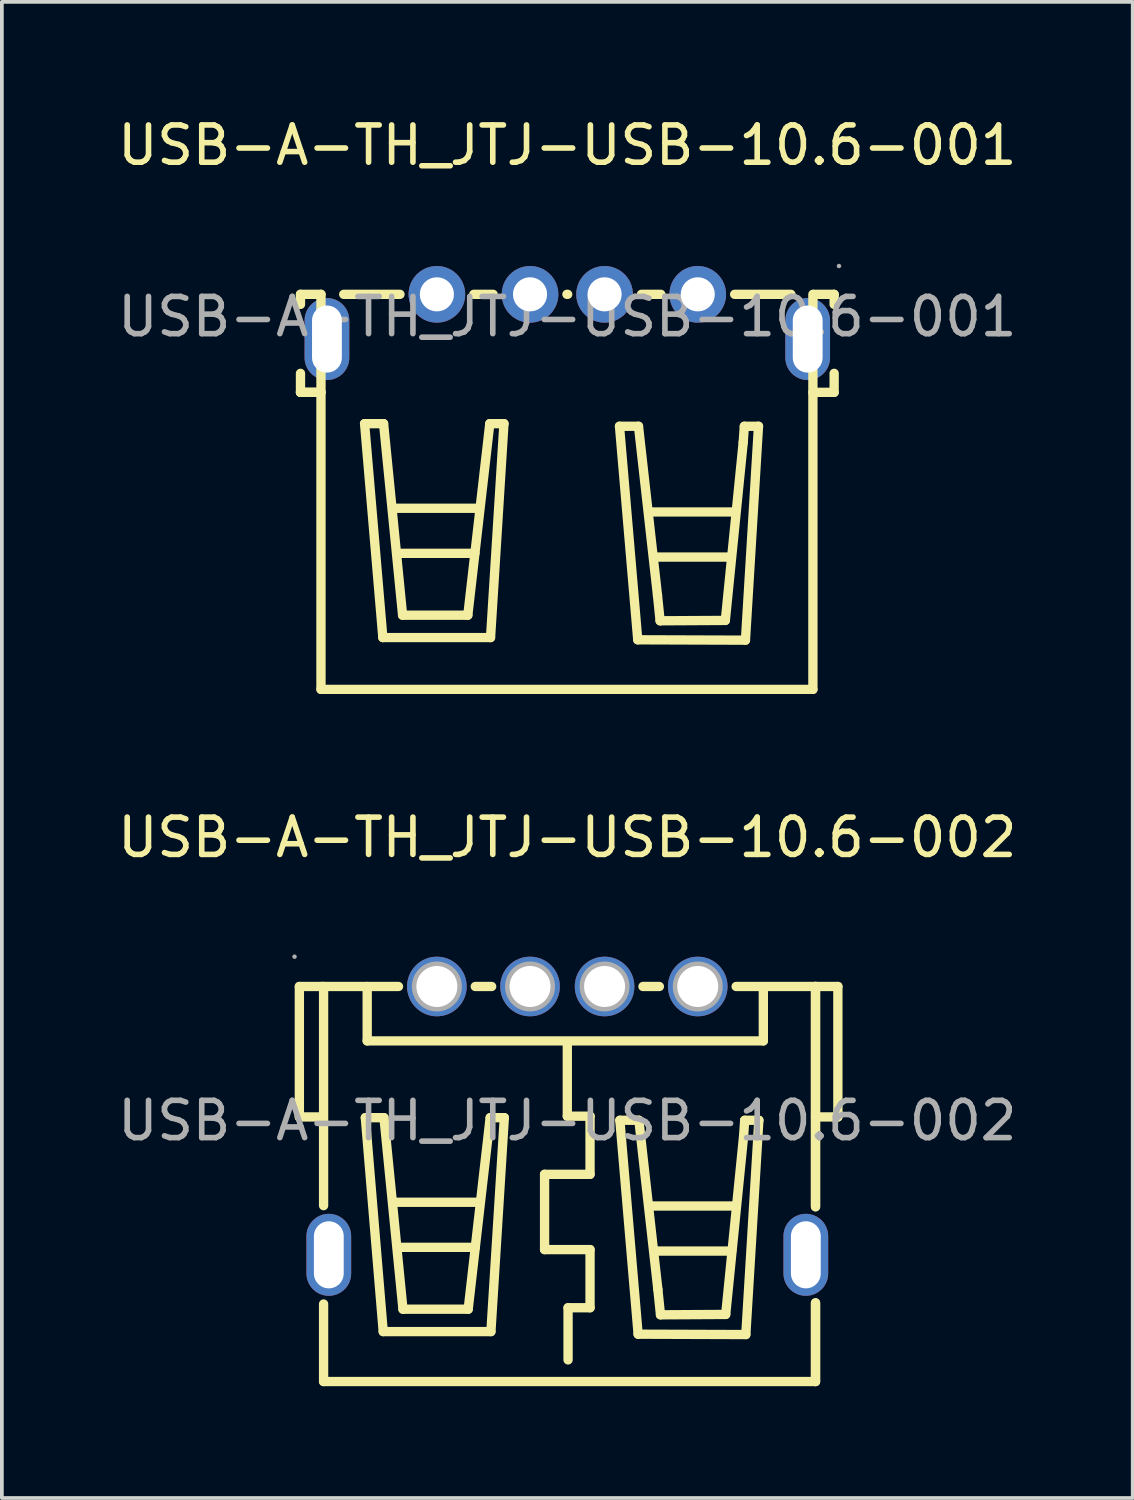
<source format=kicad_pcb>
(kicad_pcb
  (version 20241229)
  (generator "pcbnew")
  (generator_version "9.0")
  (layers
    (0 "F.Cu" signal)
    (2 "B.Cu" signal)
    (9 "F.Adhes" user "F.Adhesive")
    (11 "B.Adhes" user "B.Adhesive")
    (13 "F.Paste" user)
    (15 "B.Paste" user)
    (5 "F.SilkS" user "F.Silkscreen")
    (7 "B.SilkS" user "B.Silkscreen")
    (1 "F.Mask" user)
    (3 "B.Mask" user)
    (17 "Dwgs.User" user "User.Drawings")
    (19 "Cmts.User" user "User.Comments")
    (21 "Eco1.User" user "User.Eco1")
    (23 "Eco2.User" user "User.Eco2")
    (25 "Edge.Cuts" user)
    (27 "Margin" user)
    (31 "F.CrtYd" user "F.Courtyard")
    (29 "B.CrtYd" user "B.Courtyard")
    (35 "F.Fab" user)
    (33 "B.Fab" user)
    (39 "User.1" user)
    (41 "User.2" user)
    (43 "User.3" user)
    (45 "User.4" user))
  (footprint "USB-A-TH_JTJ-USB-10.6-001"
    (layer "F.Cu")
    (at 12.173 5.448)
    (property "Reference" "USB-A-TH_JTJ-USB-10.6-001" (at 0 -4.6 0) (layer "F.SilkS") (effects (font (size 1 1) (thickness 0.15))))
    (attr through_hole)
    (fp_line (start -7.16 -0.6) (end -7.16 -0.33) (stroke (width 0.25) (type solid)) (layer "F.SilkS"))
    (fp_line (start -7.16 1.52) (end -7.16 2.03) (stroke (width 0.25) (type solid)) (layer "F.SilkS"))
    (fp_line (start -7.16 2.03) (end -6.61 2.03) (stroke (width 0.25) (type solid)) (layer "F.SilkS"))
    (fp_line (start -7.16 2.03) (end -6.61 2.03) (stroke (width 0.25) (type solid)) (layer "F.SilkS"))
    (fp_line (start -6.61 -0.6) (end -7.16 -0.6) (stroke (width 0.25) (type solid)) (layer "F.SilkS"))
    (fp_line (start -6.61 -0.6) (end -6.61 10) (stroke (width 0.25) (type solid)) (layer "F.SilkS"))
    (fp_line (start -6.61 10) (end 6.59 10) (stroke (width 0.25) (type solid)) (layer "F.SilkS"))
    (fp_line (start -6 -0.6) (end -4.49 -0.6) (stroke (width 0.25) (type solid)) (layer "F.SilkS"))
    (fp_line (start -5.44 2.87) (end -4.93 2.87) (stroke (width 0.25) (type solid)) (layer "F.SilkS"))
    (fp_line (start -4.95 8.61) (end -5.44 2.87) (stroke (width 0.25) (type solid)) (layer "F.SilkS"))
    (fp_line (start -4.93 2.87) (end -4.42 8.01) (stroke (width 0.25) (type solid)) (layer "F.SilkS"))
    (fp_line (start -4.65 5.14) (end -2.39 5.14) (stroke (width 0.25) (type solid)) (layer "F.SilkS"))
    (fp_line (start -4.51 6.35) (end -2.48 6.35) (stroke (width 0.25) (type solid)) (layer "F.SilkS"))
    (fp_line (start -4.42 8.01) (end -2.67 8.01) (stroke (width 0.25) (type solid)) (layer "F.SilkS"))
    (fp_line (start -2.67 8.01) (end -2.08 2.87) (stroke (width 0.25) (type solid)) (layer "F.SilkS"))
    (fp_line (start -2.51 -0.6) (end -1.99 -0.6) (stroke (width 0.25) (type solid)) (layer "F.SilkS"))
    (fp_line (start -2.08 2.87) (end -1.7 2.87) (stroke (width 0.25) (type solid)) (layer "F.SilkS"))
    (fp_line (start -2.06 8.61) (end -4.95 8.61) (stroke (width 0.25) (type solid)) (layer "F.SilkS"))
    (fp_line (start -1.7 2.87) (end -2.06 8.61) (stroke (width 0.25) (type solid)) (layer "F.SilkS"))
    (fp_line (start -0.01 -0.6) (end 0.01 -0.6) (stroke (width 0.25) (type solid)) (layer "F.SilkS"))
    (fp_line (start 1.4 2.94) (end 1.91 2.94) (stroke (width 0.25) (type solid)) (layer "F.SilkS"))
    (fp_line (start 1.89 8.67) (end 1.4 2.94) (stroke (width 0.25) (type solid)) (layer "F.SilkS"))
    (fp_line (start 1.91 2.94) (end 2.42 7.48) (stroke (width 0.25) (type solid)) (layer "F.SilkS"))
    (fp_line (start 1.99 -0.6) (end 2.51 -0.6) (stroke (width 0.25) (type solid)) (layer "F.SilkS"))
    (fp_line (start 2.23 5.24) (end 4.49 5.24) (stroke (width 0.25) (type solid)) (layer "F.SilkS"))
    (fp_line (start 2.37 6.45) (end 4.4 6.45) (stroke (width 0.25) (type solid)) (layer "F.SilkS"))
    (fp_line (start 2.42 7.48) (end 2.49 8.16) (stroke (width 0.25) (type solid)) (layer "F.SilkS"))
    (fp_line (start 2.49 8.16) (end 4.24 8.15) (stroke (width 0.25) (type solid)) (layer "F.SilkS"))
    (fp_line (start 4.24 8.15) (end 4.72 3.37) (stroke (width 0.25) (type solid)) (layer "F.SilkS"))
    (fp_line (start 4.49 -0.6) (end 6 -0.6) (stroke (width 0.25) (type solid)) (layer "F.SilkS"))
    (fp_line (start 4.72 3.37) (end 4.75 2.94) (stroke (width 0.25) (type solid)) (layer "F.SilkS"))
    (fp_line (start 4.75 2.94) (end 5.13 2.94) (stroke (width 0.25) (type solid)) (layer "F.SilkS"))
    (fp_line (start 4.78 8.68) (end 1.89 8.67) (stroke (width 0.25) (type solid)) (layer "F.SilkS"))
    (fp_line (start 5.13 2.94) (end 4.78 8.68) (stroke (width 0.25) (type solid)) (layer "F.SilkS"))
    (fp_line (start 6.59 -0.6) (end 6.59 10) (stroke (width 0.25) (type solid)) (layer "F.SilkS"))
    (fp_line (start 6.61 -0.6) (end 7.16 -0.6) (stroke (width 0.25) (type solid)) (layer "F.SilkS"))
    (fp_line (start 7.16 -0.6) (end 7.16 -0.33) (stroke (width 0.25) (type solid)) (layer "F.SilkS"))
    (fp_line (start 7.16 1.52) (end 7.16 2.03) (stroke (width 0.25) (type solid)) (layer "F.SilkS"))
    (fp_line (start 7.16 2.03) (end 6.59 2.03) (stroke (width 0.25) (type solid)) (layer "F.SilkS"))
    (fp_circle (center -3.5 -0.6) (end -3.32 -0.6) (stroke (width 0.36) (type solid)) (fill no) (layer "F.Fab"))
    (fp_circle (center -1 -0.6) (end -0.82 -0.6) (stroke (width 0.36) (type solid)) (fill no) (layer "F.Fab"))
    (fp_circle (center 1 -0.6) (end 1.18 -0.6) (stroke (width 0.36) (type solid)) (fill no) (layer "F.Fab"))
    (fp_circle (center 3.5 -0.6) (end 3.68 -0.6) (stroke (width 0.36) (type solid)) (fill no) (layer "F.Fab"))
    (fp_circle (center 7.29 -1.36) (end 7.32 -1.36) (stroke (width 0.06) (type solid)) (fill no) (layer "F.Fab"))
    (fp_text user "${REFERENCE}" (at 0 0 0) (layer "F.Fab") (effects (font (size 1 1) (thickness 0.15))))
    (pad "1" thru_hole circle (at 3.5 -0.6) (size 1.52 1.52) (drill 0.914) (layers "*.Cu" "*.Paste" "*.Mask"))
    (pad "2" thru_hole circle (at 1 -0.6) (size 1.52 1.52) (drill 0.914) (layers "*.Cu" "*.Paste" "*.Mask"))
    (pad "3" thru_hole circle (at -1 -0.6) (size 1.52 1.52) (drill 0.914) (layers "*.Cu" "*.Paste" "*.Mask"))
    (pad "4" thru_hole circle (at -3.5 -0.6) (size 1.52 1.52) (drill 0.914) (layers "*.Cu" "*.Paste" "*.Mask"))
    (pad "5" thru_hole oval (at 6.45 0.6 90) (size 2.2 1.2) (drill oval 1.8 0.8) (layers "*.Cu" "*.Paste" "*.Mask"))
    (pad "6" thru_hole oval (at -6.45 0.6 270) (size 2.2 1.2) (drill oval 1.8 0.8) (layers "*.Cu" "*.Paste" "*.Mask")))
  (footprint "USB-A-TH_JTJ-USB-10.6-002"
    (layer "F.Cu")
    (at 12.173 27.021)
    (property "Reference" "USB-A-TH_JTJ-USB-10.6-002" (at 0 -7.6 0) (layer "F.SilkS") (effects (font (size 1 1) (thickness 0.15))))
    (attr through_hole)
    (fp_line (start -7.19 -0.1) (end -7.19 -3.6) (stroke (width 0.25) (type solid)) (layer "F.SilkS"))
    (fp_line (start -6.59 -3.6) (end -7.19 -3.6) (stroke (width 0.25) (type solid)) (layer "F.SilkS"))
    (fp_line (start -6.59 -3.6) (end -4.53 -3.6) (stroke (width 0.25) (type solid)) (layer "F.SilkS"))
    (fp_line (start -6.59 -0.1) (end -7.19 -0.1) (stroke (width 0.25) (type solid)) (layer "F.SilkS"))
    (fp_line (start -6.54 2.28) (end -6.54 -3.6) (stroke (width 0.25) (type solid)) (layer "F.SilkS"))
    (fp_line (start -6.54 7) (end -6.54 4.92) (stroke (width 0.25) (type solid)) (layer "F.SilkS"))
    (fp_line (start -6.54 7) (end 6.66 7) (stroke (width 0.25) (type solid)) (layer "F.SilkS"))
    (fp_line (start -5.42 -0.08) (end -4.92 -0.08) (stroke (width 0.25) (type solid)) (layer "F.SilkS"))
    (fp_line (start -5.37 -3.57) (end -5.37 -3.6) (stroke (width 0.25) (type solid)) (layer "F.SilkS"))
    (fp_line (start -5.37 -2.14) (end -5.37 -3.57) (stroke (width 0.25) (type solid)) (layer "F.SilkS"))
    (fp_line (start -4.94 5.66) (end -5.42 -0.08) (stroke (width 0.25) (type solid)) (layer "F.SilkS"))
    (fp_line (start -4.92 -0.08) (end -4.41 5.06) (stroke (width 0.25) (type solid)) (layer "F.SilkS"))
    (fp_line (start -4.64 2.19) (end -2.38 2.19) (stroke (width 0.25) (type solid)) (layer "F.SilkS"))
    (fp_line (start -4.5 3.4) (end -2.47 3.4) (stroke (width 0.25) (type solid)) (layer "F.SilkS"))
    (fp_line (start -4.41 5.06) (end -2.66 5.06) (stroke (width 0.25) (type solid)) (layer "F.SilkS"))
    (fp_line (start -2.66 5.06) (end -2.07 -0.08) (stroke (width 0.25) (type solid)) (layer "F.SilkS"))
    (fp_line (start -2.47 -3.6) (end -2.03 -3.6) (stroke (width 0.25) (type solid)) (layer "F.SilkS"))
    (fp_line (start -2.07 -0.08) (end -1.69 -0.08) (stroke (width 0.25) (type solid)) (layer "F.SilkS"))
    (fp_line (start -2.05 5.66) (end -4.94 5.66) (stroke (width 0.25) (type solid)) (layer "F.SilkS"))
    (fp_line (start -1.69 -0.08) (end -2.05 5.66) (stroke (width 0.25) (type solid)) (layer "F.SilkS"))
    (fp_line (start -0.61 1.44) (end -0.61 3.46) (stroke (width 0.25) (type solid)) (layer "F.SilkS"))
    (fp_line (start -0.61 3.46) (end 0.61 3.46) (stroke (width 0.25) (type solid)) (layer "F.SilkS"))
    (fp_line (start 0 -2.12) (end 0 -0.12) (stroke (width 0.25) (type solid)) (layer "F.SilkS"))
    (fp_line (start 0 -0.12) (end 0.61 -0.12) (stroke (width 0.25) (type solid)) (layer "F.SilkS"))
    (fp_line (start 0.02 5.02) (end 0.02 6.42) (stroke (width 0.25) (type solid)) (layer "F.SilkS"))
    (fp_line (start 0.61 -0.12) (end 0.61 1.44) (stroke (width 0.25) (type solid)) (layer "F.SilkS"))
    (fp_line (start 0.61 1.44) (end -0.61 1.44) (stroke (width 0.25) (type solid)) (layer "F.SilkS"))
    (fp_line (start 0.61 3.46) (end 0.61 5.02) (stroke (width 0.25) (type solid)) (layer "F.SilkS"))
    (fp_line (start 0.61 5.02) (end 0.02 5.02) (stroke (width 0.25) (type solid)) (layer "F.SilkS"))
    (fp_line (start 1.41 -0.01) (end 1.92 -0.01) (stroke (width 0.25) (type solid)) (layer "F.SilkS"))
    (fp_line (start 1.9 5.73) (end 1.41 -0.01) (stroke (width 0.25) (type solid)) (layer "F.SilkS"))
    (fp_line (start 1.92 -0.01) (end 2.43 4.53) (stroke (width 0.25) (type solid)) (layer "F.SilkS"))
    (fp_line (start 2.03 -3.6) (end 2.47 -3.6) (stroke (width 0.25) (type solid)) (layer "F.SilkS"))
    (fp_line (start 2.24 2.29) (end 4.5 2.29) (stroke (width 0.25) (type solid)) (layer "F.SilkS"))
    (fp_line (start 2.38 3.5) (end 4.41 3.5) (stroke (width 0.25) (type solid)) (layer "F.SilkS"))
    (fp_line (start 2.43 4.53) (end 2.5 5.21) (stroke (width 0.25) (type solid)) (layer "F.SilkS"))
    (fp_line (start 2.5 5.21) (end 4.25 5.2) (stroke (width 0.25) (type solid)) (layer "F.SilkS"))
    (fp_line (start 4.25 5.2) (end 4.73 0.42) (stroke (width 0.25) (type solid)) (layer "F.SilkS"))
    (fp_line (start 4.53 -3.6) (end 6.66 -3.6) (stroke (width 0.25) (type solid)) (layer "F.SilkS"))
    (fp_line (start 4.73 0.42) (end 4.76 -0.01) (stroke (width 0.25) (type solid)) (layer "F.SilkS"))
    (fp_line (start 4.76 -0.01) (end 5.14 -0.01) (stroke (width 0.25) (type solid)) (layer "F.SilkS"))
    (fp_line (start 4.79 5.74) (end 1.9 5.73) (stroke (width 0.25) (type solid)) (layer "F.SilkS"))
    (fp_line (start 5.14 -0.01) (end 4.79 5.74) (stroke (width 0.25) (type solid)) (layer "F.SilkS"))
    (fp_line (start 5.26 -3.59) (end 5.26 -3.54) (stroke (width 0.25) (type solid)) (layer "F.SilkS"))
    (fp_line (start 5.26 -3.54) (end 5.26 -2.14) (stroke (width 0.25) (type solid)) (layer "F.SilkS"))
    (fp_line (start 5.26 -2.14) (end -5.37 -2.14) (stroke (width 0.25) (type solid)) (layer "F.SilkS"))
    (fp_line (start 6.66 -3.6) (end 7.26 -3.6) (stroke (width 0.25) (type solid)) (layer "F.SilkS"))
    (fp_line (start 6.66 -0.1) (end 7.26 -0.1) (stroke (width 0.25) (type solid)) (layer "F.SilkS"))
    (fp_line (start 6.66 2.31) (end 6.66 -3.6) (stroke (width 0.25) (type solid)) (layer "F.SilkS"))
    (fp_line (start 6.66 2.31) (end 6.66 -3.6) (stroke (width 0.25) (type solid)) (layer "F.SilkS"))
    (fp_line (start 6.66 7) (end 6.66 4.89) (stroke (width 0.25) (type solid)) (layer "F.SilkS"))
    (fp_line (start 6.66 7) (end 6.66 4.89) (stroke (width 0.25) (type solid)) (layer "F.SilkS"))
    (fp_line (start 7.26 -3.6) (end 7.26 -0.1) (stroke (width 0.25) (type solid)) (layer "F.SilkS"))
    (fp_circle (center -7.32 -4.4) (end -7.29 -4.4) (stroke (width 0.06) (type solid)) (fill no) (layer "F.Fab"))
    (fp_circle (center -3.5 -3.6) (end -3.28 -3.6) (stroke (width 0.45) (type solid)) (fill no) (layer "F.Fab"))
    (fp_circle (center -1 -3.6) (end -0.78 -3.6) (stroke (width 0.45) (type solid)) (fill no) (layer "F.Fab"))
    (fp_circle (center 1 -3.6) (end 1.22 -3.6) (stroke (width 0.45) (type solid)) (fill no) (layer "F.Fab"))
    (fp_circle (center 3.5 -3.6) (end 3.72 -3.6) (stroke (width 0.45) (type solid)) (fill no) (layer "F.Fab"))
    (fp_text user "${REFERENCE}" (at 0 0 0) (layer "F.Fab") (effects (font (size 1 1) (thickness 0.15))))
    (pad "1" thru_hole circle (at -3.5 -3.6) (size 1.6 1.6) (drill 1.1) (layers "*.Cu" "*.Paste" "*.Mask"))
    (pad "2" thru_hole circle (at -1 -3.6) (size 1.6 1.6) (drill 1.1) (layers "*.Cu" "*.Paste" "*.Mask"))
    (pad "3" thru_hole circle (at 1 -3.6) (size 1.6 1.6) (drill 1.1) (layers "*.Cu" "*.Paste" "*.Mask"))
    (pad "4" thru_hole circle (at 3.5 -3.6) (size 1.6 1.6) (drill 1.1) (layers "*.Cu" "*.Paste" "*.Mask"))
    (pad "5" thru_hole oval (at 6.4 3.6 90) (size 2.2 1.2) (drill oval 1.8 0.8) (layers "*.Cu" "*.Paste" "*.Mask"))
    (pad "6" thru_hole oval (at -6.4 3.6 270) (size 2.2 1.2) (drill oval 1.8 0.8) (layers "*.Cu" "*.Paste" "*.Mask")))
  (gr_rect
    (start -3 -3)
    (end 27.345 37.147)
    (stroke (width 0.1) (type default))
    (fill no)
    (layer "Edge.Cuts")))
</source>
